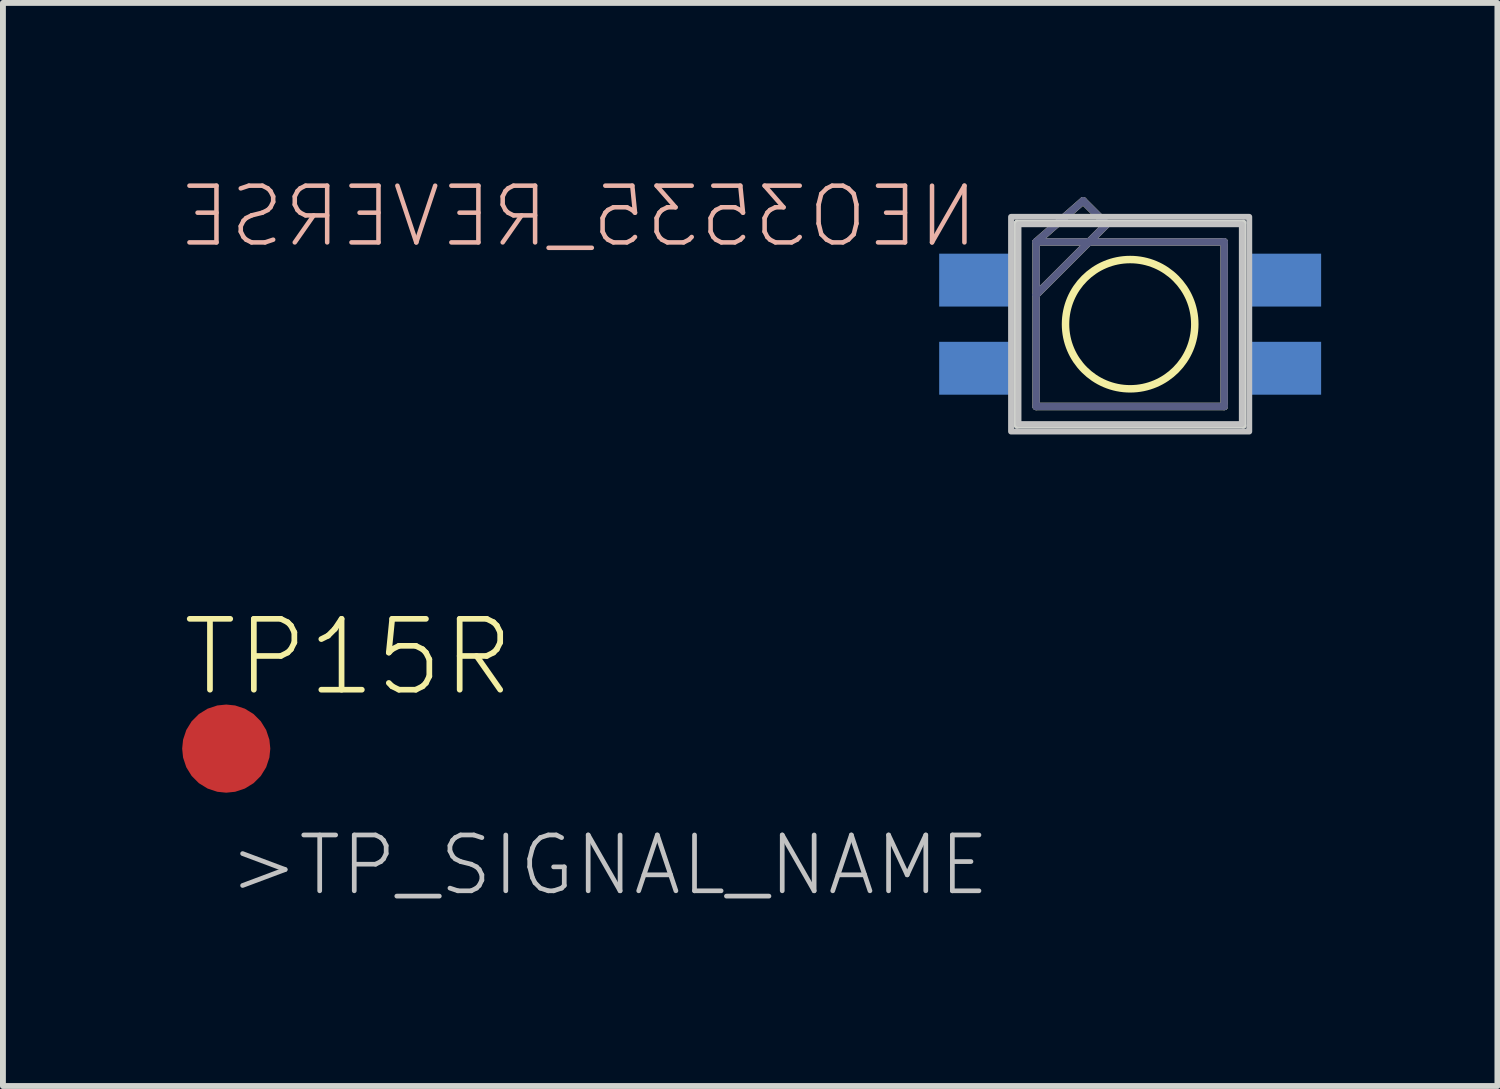
<source format=kicad_pcb>
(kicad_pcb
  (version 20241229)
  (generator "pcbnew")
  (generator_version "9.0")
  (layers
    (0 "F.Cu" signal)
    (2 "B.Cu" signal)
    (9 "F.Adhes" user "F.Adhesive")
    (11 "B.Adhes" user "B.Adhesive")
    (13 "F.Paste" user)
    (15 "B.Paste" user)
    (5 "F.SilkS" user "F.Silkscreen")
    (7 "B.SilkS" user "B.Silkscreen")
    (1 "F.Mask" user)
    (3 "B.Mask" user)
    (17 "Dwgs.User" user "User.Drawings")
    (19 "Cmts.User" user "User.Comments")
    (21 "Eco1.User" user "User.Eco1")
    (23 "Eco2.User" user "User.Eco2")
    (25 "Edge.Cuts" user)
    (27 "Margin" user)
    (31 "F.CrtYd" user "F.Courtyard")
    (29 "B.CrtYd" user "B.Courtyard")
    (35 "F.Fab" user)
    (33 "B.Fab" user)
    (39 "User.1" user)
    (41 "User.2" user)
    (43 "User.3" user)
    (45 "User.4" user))
  (footprint "NEO3535_REVERSE"
    (layer "F.Cu")
    (at 16.183 2.467)
    (property "Reference" "NEO3535_REVERSE" (at -2.54 -1.27 180) (layer "B.SilkS") (effects (font (size 0.965 0.965) (thickness 0.077)) (justify left bottom mirror)))
    (attr through_hole)
    (fp_line (start -1.6 -1.4) (end -0.7 -1.4) (stroke (width 0.127) (type solid)) (layer "F.SilkS"))
    (fp_line (start -1.6 -0.5) (end -1.6 -1.4) (stroke (width 0.127) (type solid)) (layer "F.SilkS"))
    (fp_line (start -1.6 -0.5) (end -0.7 -1.4) (stroke (width 0.127) (type solid)) (layer "F.SilkS"))
    (fp_line (start -1.6 1.4) (end -1.6 -0.5) (stroke (width 0.127) (type solid)) (layer "F.SilkS"))
    (fp_line (start -0.8 -2.1) (end -1.6 -1.4) (stroke (width 0.127) (type solid)) (layer "F.SilkS"))
    (fp_line (start -0.7 -1.4) (end -0.4 -1.7) (stroke (width 0.127) (type solid)) (layer "F.SilkS"))
    (fp_line (start -0.7 -1.4) (end 1.6 -1.4) (stroke (width 0.127) (type solid)) (layer "F.SilkS"))
    (fp_line (start -0.4 -1.7) (end -0.8 -2.1) (stroke (width 0.127) (type solid)) (layer "F.SilkS"))
    (fp_line (start 1.6 -1.4) (end 1.6 1.4) (stroke (width 0.127) (type solid)) (layer "F.SilkS"))
    (fp_line (start 1.6 1.4) (end -1.6 1.4) (stroke (width 0.127) (type solid)) (layer "F.SilkS"))
    (fp_circle (center 0 0) (end 1.1 0) (stroke (width 0.127) (type solid)) (fill no) (layer "F.SilkS"))
    (fp_poly (pts (xy -2.027 1.827) (xy 2.027 1.827) (xy 2.027 -1.827) (xy -2.027 -1.827)) (stroke (width 0.1) (type solid)) (fill no) (layer "Dwgs.User"))
    (fp_poly (pts (xy -1.9 1.7) (xy 1.9 1.7) (xy 1.9 -1.7) (xy -1.9 -1.7)) (stroke (width 0.1) (type solid)) (fill no) (layer "Dwgs.User"))
    (fp_line (start -1.927 -1.727) (end 1.927 -1.727) (stroke (width 0.102) (type solid)) (layer "Edge.Cuts"))
    (fp_line (start -1.927 1.727) (end -1.927 -1.727) (stroke (width 0.102) (type solid)) (layer "Edge.Cuts"))
    (fp_line (start 1.927 -1.727) (end 1.927 1.727) (stroke (width 0.102) (type solid)) (layer "Edge.Cuts"))
    (fp_line (start 1.927 1.727) (end -1.927 1.727) (stroke (width 0.102) (type solid)) (layer "Edge.Cuts"))
    (fp_line (start -1.6 -1.4) (end -0.7 -1.4) (stroke (width 0.127) (type solid)) (layer "B.Fab"))
    (fp_line (start -1.6 -0.5) (end -1.6 -1.4) (stroke (width 0.127) (type solid)) (layer "B.Fab"))
    (fp_line (start -1.6 -0.5) (end -0.7 -1.4) (stroke (width 0.127) (type solid)) (layer "B.Fab"))
    (fp_line (start -1.6 1.4) (end -1.6 -0.5) (stroke (width 0.127) (type solid)) (layer "B.Fab"))
    (fp_line (start -0.8 -2.1) (end -1.6 -1.4) (stroke (width 0.127) (type solid)) (layer "B.Fab"))
    (fp_line (start -0.7 -1.4) (end -0.4 -1.7) (stroke (width 0.127) (type solid)) (layer "B.Fab"))
    (fp_line (start -0.7 -1.4) (end 1.6 -1.4) (stroke (width 0.127) (type solid)) (layer "B.Fab"))
    (fp_line (start -0.4 -1.7) (end -0.8 -2.1) (stroke (width 0.127) (type solid)) (layer "B.Fab"))
    (fp_line (start 1.6 -1.4) (end 1.6 1.4) (stroke (width 0.127) (type solid)) (layer "B.Fab"))
    (fp_line (start 1.6 1.4) (end -1.6 1.4) (stroke (width 0.127) (type solid)) (layer "B.Fab"))
    (pad "1" smd rect (at 2.65 0.75) (size 1.2 0.9) (layers "B.Cu" "B.Mask" "B.Paste"))
    (pad "2" smd rect (at 2.65 -0.75) (size 1.2 0.9) (layers "B.Cu" "B.Mask" "B.Paste"))
    (pad "3" smd rect (at -2.65 -0.75) (size 1.2 0.9) (layers "B.Cu" "B.Mask" "B.Paste"))
    (pad "4" smd rect (at -2.65 0.75) (size 1.2 0.9) (layers "B.Cu" "B.Mask" "B.Paste")))
  (footprint "TP15R"
    (layer "F.Cu")
    (at 0.8 9.69)
    (property "Reference" "TP15R" (at -0.8 -0.85 0) (layer "F.SilkS") (effects (font (size 1.206 1.206) (thickness 0.097)) (justify left bottom)))
    (attr through_hole)
    (fp_text user ">TP_SIGNAL_NAME" (at 0 2.54 0) (layer "Dwgs.User") (effects (font (size 0.95 0.95) (thickness 0.08)) (justify left bottom)))
    (pad "TP" smd roundrect (at 0 0) (size 1.5 1.5) (layers "F.Cu" "F.Mask") (roundrect_rratio 0.5)))
  (gr_rect
    (start -3 -3)
    (end 22.433 15.432)
    (stroke (width 0.1) (type default))
    (fill no)
    (layer "Edge.Cuts")))
</source>
